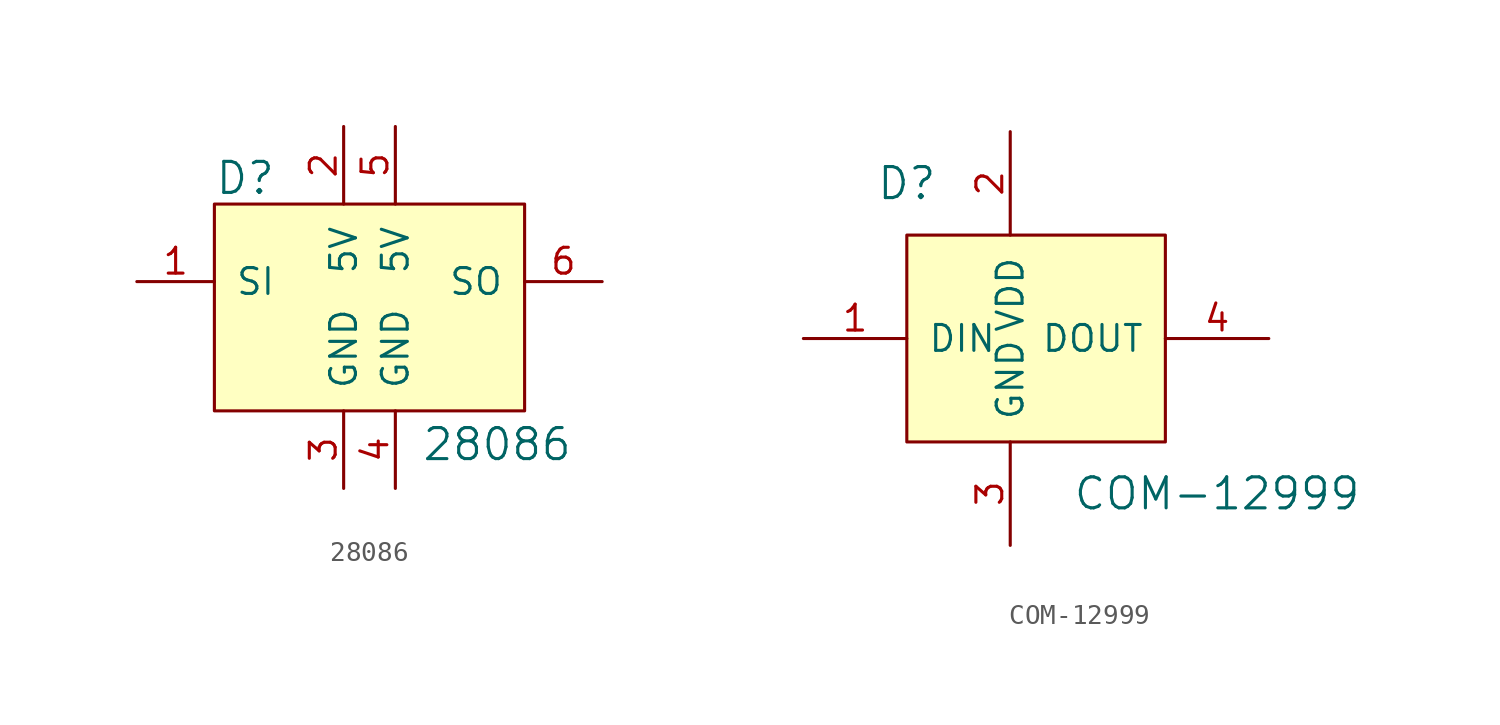
<source format=kicad_sym>
(kicad_symbol_lib
  (version 20231120)
  (generator "kicad_symbol_editor")
  (generator_version "8.0")
  (symbol "28086"
    (pin_names
      (offset 1.016))
    (property "Reference" "D"
      (at -6.35 5.08 0)
      (effects (font (size 1.524 1.524)) (justify left)))
    (property "Value" "28086"
      (at 3.81 -8.89 0)
      (effects (font (size 1.524 1.524)) (justify left bottom)))
    (symbol "28086_0_1"
      (rectangle (start -6.35 3.81) (end 8.89 -6.35) (stroke (width 0) (type solid)) (fill (type background))))
    (symbol "28086_1_1"
      (pin input line (at -10.16 0 0) (length 3.81) (name "SI" (effects (font (size 1.27 1.27)))) (number "1" (effects (font (size 1.27 1.27)))))
      (pin power_in line (at 0 7.62 270) (length 3.81) (name "5V" (effects (font (size 1.27 1.27)))) (number "2" (effects (font (size 1.27 1.27)))))
      (pin power_in line (at 0 -10.16 90) (length 3.81) (name "GND" (effects (font (size 1.27 1.27)))) (number "3" (effects (font (size 1.27 1.27)))))
      (pin power_in line (at 2.54 -10.16 90) (length 3.81) (name "GND" (effects (font (size 1.27 1.27)))) (number "4" (effects (font (size 1.27 1.27)))))
      (pin power_in line (at 2.54 7.62 270) (length 3.81) (name "5V" (effects (font (size 1.27 1.27)))) (number "5" (effects (font (size 1.27 1.27)))))
      (pin output line (at 12.7 0 180) (length 3.81) (name "SO" (effects (font (size 1.27 1.27)))) (number "6" (effects (font (size 1.27 1.27)))))))
  (symbol "COM-12999"
    (pin_names
      (offset 1.016))
    (property "Reference" "D"
      (at -7.62 7.62 0)
      (effects (font (size 1.524 1.524))))
    (property "Value" "COM-12999"
      (at 7.62 -7.62 0)
      (effects (font (size 1.524 1.524))))
    (symbol "COM-12999_0_1"
      (rectangle (start -7.62 5.08) (end 5.08 -5.08) (stroke (width 0) (type solid)) (fill (type background))))
    (symbol "COM-12999_1_1"
      (pin input line (at -12.7 0 0) (length 5.08) (name "DIN" (effects (font (size 1.27 1.27)))) (number "1" (effects (font (size 1.27 1.27)))))
      (pin power_in line (at -2.54 10.16 270) (length 5.08) (name "VDD" (effects (font (size 1.27 1.27)))) (number "2" (effects (font (size 1.27 1.27)))))
      (pin power_in line (at -2.54 -10.16 90) (length 5.08) (name "GND" (effects (font (size 1.27 1.27)))) (number "3" (effects (font (size 1.27 1.27)))))
      (pin output line (at 10.16 0 180) (length 5.08) (name "DOUT" (effects (font (size 1.27 1.27)))) (number "4" (effects (font (size 1.27 1.27))))))))
</source>
